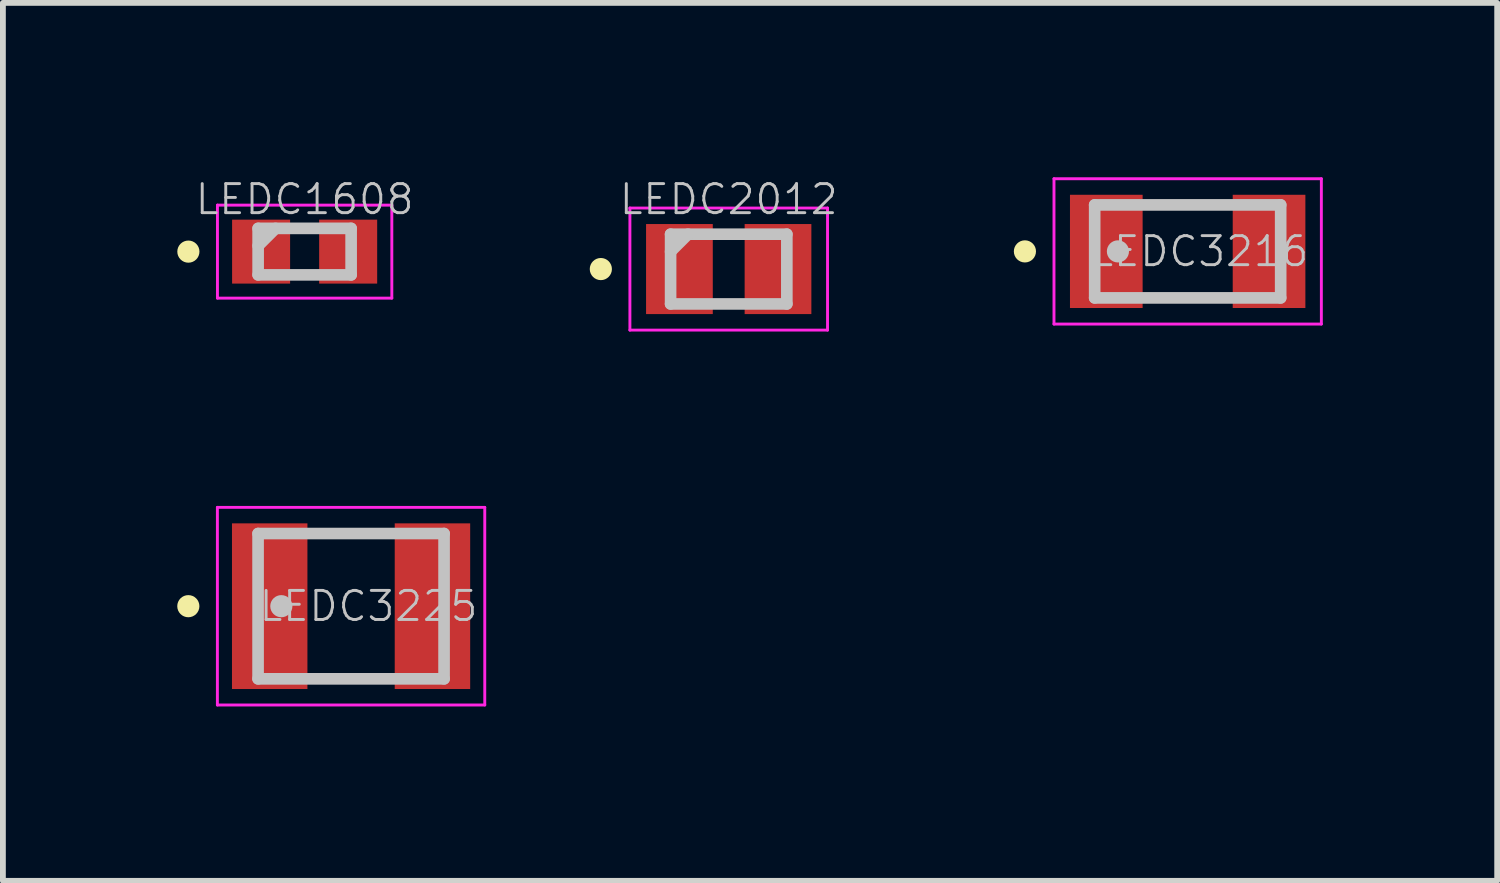
<source format=kicad_pcb>
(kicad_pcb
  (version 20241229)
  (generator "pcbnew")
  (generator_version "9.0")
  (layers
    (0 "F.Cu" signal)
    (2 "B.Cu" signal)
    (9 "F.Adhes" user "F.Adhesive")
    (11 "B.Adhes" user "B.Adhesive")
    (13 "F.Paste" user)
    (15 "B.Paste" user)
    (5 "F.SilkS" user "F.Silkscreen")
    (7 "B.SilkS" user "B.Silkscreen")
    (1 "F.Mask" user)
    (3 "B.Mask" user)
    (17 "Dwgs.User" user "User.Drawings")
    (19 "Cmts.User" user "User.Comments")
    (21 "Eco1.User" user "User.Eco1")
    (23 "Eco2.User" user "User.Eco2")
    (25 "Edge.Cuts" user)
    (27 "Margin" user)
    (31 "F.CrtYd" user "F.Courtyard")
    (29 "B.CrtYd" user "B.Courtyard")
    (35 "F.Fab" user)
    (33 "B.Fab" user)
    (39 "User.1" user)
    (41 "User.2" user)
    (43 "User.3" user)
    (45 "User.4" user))
  (footprint "LEDC1608"
    (layer "F.Cu")
    (at 2.191 1.279)
    (property "Reference" "LEDC1608" (at 0 -0.899 0) (layer "Dwgs.User") (effects (font (size 0.5 0.5) (thickness 0.05))))
    (attr smd)
    (fp_line (start -2 0) (end -2 0) (stroke (width 0.381) (type solid)) (layer "F.SilkS"))
    (fp_line (start -0.8 -0.4) (end -0.8 0.4) (stroke (width 0.2) (type solid)) (layer "Dwgs.User"))
    (fp_line (start -0.8 -0.4) (end 0.8 -0.4) (stroke (width 0.2) (type solid)) (layer "Dwgs.User"))
    (fp_line (start -0.8 -0.1) (end -0.5 -0.4) (stroke (width 0.2) (type solid)) (layer "Dwgs.User"))
    (fp_line (start -0.8 0.4) (end 0.8 0.4) (stroke (width 0.2) (type solid)) (layer "Dwgs.User"))
    (fp_line (start 0.8 -0.4) (end 0.8 0.4) (stroke (width 0.2) (type solid)) (layer "Dwgs.User"))
    (fp_line (start -1.5 -0.8) (end -1.5 0.8) (stroke (width 0.05) (type solid)) (layer "F.CrtYd"))
    (fp_line (start -1.5 -0.8) (end 1.5 -0.8) (stroke (width 0.05) (type solid)) (layer "F.CrtYd"))
    (fp_line (start -1.5 0.8) (end 1.5 0.8) (stroke (width 0.05) (type solid)) (layer "F.CrtYd"))
    (fp_line (start 1.5 -0.8) (end 1.5 0.8) (stroke (width 0.05) (type solid)) (layer "F.CrtYd"))
    (pad "1" smd rect (at -0.749 0 90) (size 1.1 0.998) (layers "F.Cu" "F.Mask" "F.Paste"))
    (pad "2" smd rect (at 0.749 0 270) (size 1.1 0.998) (layers "F.Cu" "F.Mask" "F.Paste")))
  (footprint "LEDC3216"
    (layer "F.Cu")
    (at 17.383 1.275)
    (property "Reference" "LEDC3216" (at 0.201 0 0) (layer "Dwgs.User") (effects (font (size 0.5 0.5) (thickness 0.05))))
    (attr smd)
    (fp_line (start -2.8 0) (end -2.8 0) (stroke (width 0.381) (type solid)) (layer "F.SilkS"))
    (fp_line (start -1.6 -0.8) (end -1.6 0.8) (stroke (width 0.2) (type solid)) (layer "Dwgs.User"))
    (fp_line (start -1.6 -0.8) (end 1.6 -0.8) (stroke (width 0.2) (type solid)) (layer "Dwgs.User"))
    (fp_line (start -1.6 0.8) (end 1.6 0.8) (stroke (width 0.2) (type solid)) (layer "Dwgs.User"))
    (fp_line (start -1.2 0) (end -1.2 0) (stroke (width 0.381) (type solid)) (layer "Dwgs.User"))
    (fp_line (start 1.6 -0.8) (end 1.6 0.8) (stroke (width 0.2) (type solid)) (layer "Dwgs.User"))
    (fp_line (start -2.3 -1.25) (end -2.3 1.25) (stroke (width 0.05) (type solid)) (layer "F.CrtYd"))
    (fp_line (start -2.3 -1.25) (end 2.3 -1.25) (stroke (width 0.05) (type solid)) (layer "F.CrtYd"))
    (fp_line (start -2.3 1.25) (end 2.3 1.25) (stroke (width 0.05) (type solid)) (layer "F.CrtYd"))
    (fp_line (start 2.3 -1.25) (end 2.3 1.25) (stroke (width 0.05) (type solid)) (layer "F.CrtYd"))
    (pad "1" smd rect (at -1.4 0 90) (size 1.948 1.25) (layers "F.Cu" "F.Mask" "F.Paste"))
    (pad "2" smd rect (at 1.4 0 270) (size 1.948 1.25) (layers "F.Cu" "F.Mask" "F.Paste")))
  (footprint "LEDC3225"
    (layer "F.Cu")
    (at 2.99 7.379)
    (property "Reference" "LEDC3225" (at 0.3 0 0) (layer "Dwgs.User") (effects (font (size 0.5 0.5) (thickness 0.05))))
    (attr smd)
    (fp_line (start -2.8 0) (end -2.8 0) (stroke (width 0.381) (type solid)) (layer "F.SilkS"))
    (fp_line (start -1.6 -1.25) (end -1.6 1.25) (stroke (width 0.2) (type solid)) (layer "Dwgs.User"))
    (fp_line (start -1.6 -1.25) (end 1.6 -1.25) (stroke (width 0.2) (type solid)) (layer "Dwgs.User"))
    (fp_line (start -1.6 1.25) (end 1.6 1.25) (stroke (width 0.2) (type solid)) (layer "Dwgs.User"))
    (fp_line (start -1.2 0) (end -1.2 0) (stroke (width 0.381) (type solid)) (layer "Dwgs.User"))
    (fp_line (start 1.6 -1.25) (end 1.6 1.25) (stroke (width 0.2) (type solid)) (layer "Dwgs.User"))
    (fp_line (start -2.3 -1.7) (end -2.3 1.7) (stroke (width 0.05) (type solid)) (layer "F.CrtYd"))
    (fp_line (start -2.3 -1.7) (end 2.3 -1.7) (stroke (width 0.05) (type solid)) (layer "F.CrtYd"))
    (fp_line (start -2.3 1.7) (end 2.3 1.7) (stroke (width 0.05) (type solid)) (layer "F.CrtYd"))
    (fp_line (start 2.3 -1.7) (end 2.3 1.7) (stroke (width 0.05) (type solid)) (layer "F.CrtYd"))
    (pad "1" smd rect (at -1.4 0 90) (size 2.85 1.298) (layers "F.Cu" "F.Mask" "F.Paste"))
    (pad "2" smd rect (at 1.4 0 270) (size 2.85 1.298) (layers "F.Cu" "F.Mask" "F.Paste")))
  (footprint "LEDC2012"
    (layer "F.Cu")
    (at 9.487 1.579)
    (property "Reference" "LEDC2012" (at 0 -1.199 0) (layer "Dwgs.User") (effects (font (size 0.5 0.5) (thickness 0.05))))
    (attr smd)
    (fp_line (start -2.2 0) (end -2.2 0) (stroke (width 0.381) (type solid)) (layer "F.SilkS"))
    (fp_line (start -1 -0.6) (end -1 0.6) (stroke (width 0.2) (type solid)) (layer "Dwgs.User"))
    (fp_line (start -1 -0.6) (end 1 -0.6) (stroke (width 0.2) (type solid)) (layer "Dwgs.User"))
    (fp_line (start -1 -0.3) (end -0.7 -0.6) (stroke (width 0.2) (type solid)) (layer "Dwgs.User"))
    (fp_line (start -1 0.6) (end 1 0.6) (stroke (width 0.2) (type solid)) (layer "Dwgs.User"))
    (fp_line (start 1 -0.6) (end 1 0.6) (stroke (width 0.2) (type solid)) (layer "Dwgs.User"))
    (fp_line (start -1.7 -1.05) (end -1.7 1.05) (stroke (width 0.05) (type solid)) (layer "F.CrtYd"))
    (fp_line (start -1.7 -1.05) (end 1.7 -1.05) (stroke (width 0.05) (type solid)) (layer "F.CrtYd"))
    (fp_line (start -1.7 1.05) (end 1.7 1.05) (stroke (width 0.05) (type solid)) (layer "F.CrtYd"))
    (fp_line (start 1.7 -1.05) (end 1.7 1.05) (stroke (width 0.05) (type solid)) (layer "F.CrtYd"))
    (pad "1" smd rect (at -0.848 0 90) (size 1.549 1.148) (layers "F.Cu" "F.Mask" "F.Paste"))
    (pad "2" smd rect (at 0.848 0 270) (size 1.549 1.148) (layers "F.Cu" "F.Mask" "F.Paste")))
  (gr_rect
    (start -3 -3)
    (end 22.708 12.104)
    (stroke (width 0.1) (type default))
    (fill no)
    (layer "Edge.Cuts")))
</source>
